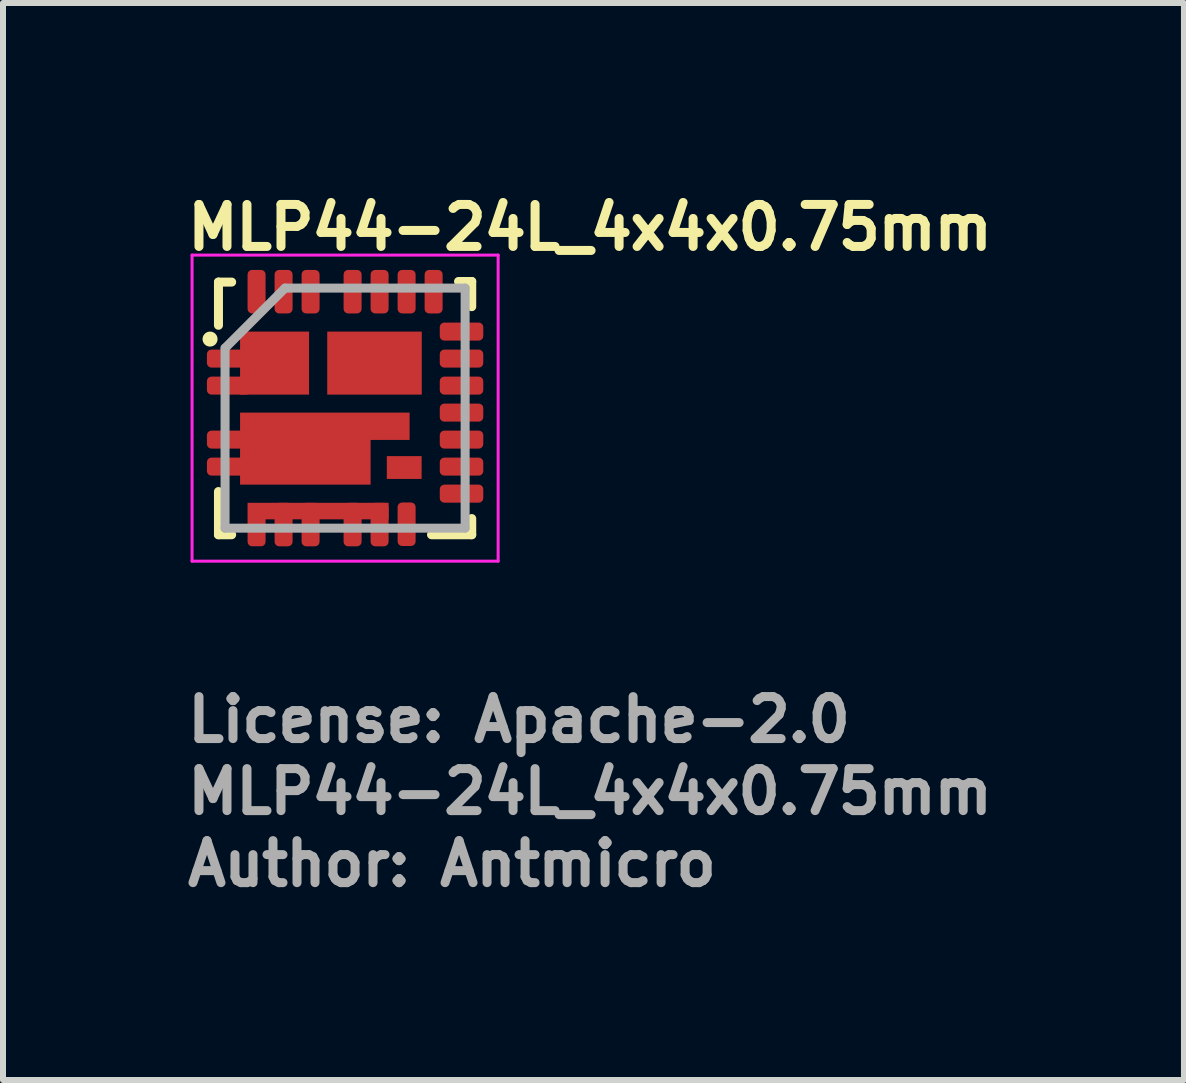
<source format=kicad_pcb>
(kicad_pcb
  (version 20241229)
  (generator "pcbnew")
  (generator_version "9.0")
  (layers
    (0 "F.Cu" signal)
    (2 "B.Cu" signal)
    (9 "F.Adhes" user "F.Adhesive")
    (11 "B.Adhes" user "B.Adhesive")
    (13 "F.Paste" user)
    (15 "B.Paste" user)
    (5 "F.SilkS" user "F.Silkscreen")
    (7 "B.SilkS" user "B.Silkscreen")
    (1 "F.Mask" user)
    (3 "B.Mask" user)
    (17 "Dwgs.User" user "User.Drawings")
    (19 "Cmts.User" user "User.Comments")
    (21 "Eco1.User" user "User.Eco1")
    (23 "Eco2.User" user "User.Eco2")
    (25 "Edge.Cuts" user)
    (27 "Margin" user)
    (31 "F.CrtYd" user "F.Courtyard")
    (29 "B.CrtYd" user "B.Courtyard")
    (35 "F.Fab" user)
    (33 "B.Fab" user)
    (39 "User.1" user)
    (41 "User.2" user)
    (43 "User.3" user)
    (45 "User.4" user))
  (footprint "MLP44-24L_4x4x0.75mm"
    (layer "F.Cu")
    (at 2.7 3.75)
    (property "Reference" "MLP44-24L_4x4x0.75mm" (at -2.7 -2.6 0) (layer "F.SilkS") (effects (font (size 0.7 0.7) (thickness 0.15)) (justify left bottom)))
    (attr smd)
    (fp_line (start -2.11 -1.38) (end -2.11 -2.1) (stroke (width 0.15) (type solid)) (layer "F.SilkS"))
    (fp_line (start -2.11 2.11) (end -2.11 1.39) (stroke (width 0.15) (type solid)) (layer "F.SilkS"))
    (fp_line (start -1.89 -2.1) (end -2.11 -2.1) (stroke (width 0.15) (type solid)) (layer "F.SilkS"))
    (fp_line (start -1.89 2.11) (end -2.11 2.11) (stroke (width 0.15) (type solid)) (layer "F.SilkS"))
    (fp_line (start 1.44 2.11) (end 2.11 2.11) (stroke (width 0.15) (type solid)) (layer "F.SilkS"))
    (fp_line (start 1.89 -2.11) (end 2.11 -2.11) (stroke (width 0.15) (type solid)) (layer "F.SilkS"))
    (fp_line (start 2.11 -2.11) (end 2.11 -1.69) (stroke (width 0.15) (type solid)) (layer "F.SilkS"))
    (fp_line (start 2.11 2.11) (end 2.11 1.84) (stroke (width 0.15) (type solid)) (layer "F.SilkS"))
    (fp_circle (center -2.25 -1.15) (end -2.2 -1.15) (stroke (width 0.15) (type solid)) (fill yes) (layer "F.SilkS"))
    (fp_line (start -2.55 -2.55) (end 2.55 -2.55) (stroke (width 0.05) (type solid)) (layer "F.CrtYd"))
    (fp_line (start -2.55 2.55) (end -2.55 -2.55) (stroke (width 0.05) (type solid)) (layer "F.CrtYd"))
    (fp_line (start 2.55 -2.55) (end 2.55 2.55) (stroke (width 0.05) (type solid)) (layer "F.CrtYd"))
    (fp_line (start 2.55 2.55) (end -2.55 2.55) (stroke (width 0.05) (type solid)) (layer "F.CrtYd"))
    (fp_line (start -2 -1) (end -2 2) (stroke (width 0.15) (type solid)) (layer "F.Fab"))
    (fp_line (start -2 2) (end 2 2) (stroke (width 0.15) (type solid)) (layer "F.Fab"))
    (fp_line (start -1 -2) (end -2 -1) (stroke (width 0.15) (type solid)) (layer "F.Fab"))
    (fp_line (start 2 -2) (end -1 -2) (stroke (width 0.15) (type solid)) (layer "F.Fab"))
    (fp_line (start 2 2) (end 2 -2) (stroke (width 0.15) (type solid)) (layer "F.Fab"))
    (fp_rect (start -2.01 -2.01) (end 2.01 2.01) (stroke (width 0.1) (type solid)) (fill no) (layer "User.5"))
    (fp_line (start -2.01 -0.925) (end -2 -0.927) (stroke (width 0.02) (type solid)) (layer "User.9"))
    (fp_line (start -2.01 -0.725) (end -2.01 -0.925) (stroke (width 0.02) (type solid)) (layer "User.9"))
    (fp_line (start -2.01 -0.475) (end -2 -0.477) (stroke (width 0.02) (type solid)) (layer "User.9"))
    (fp_line (start -2.01 -0.275) (end -2.01 -0.475) (stroke (width 0.02) (type solid)) (layer "User.9"))
    (fp_line (start -2.01 0.425) (end -2 0.423) (stroke (width 0.02) (type solid)) (layer "User.9"))
    (fp_line (start -2.01 0.625) (end -2.01 0.425) (stroke (width 0.02) (type solid)) (layer "User.9"))
    (fp_line (start -2.01 0.875) (end -2 0.873) (stroke (width 0.02) (type solid)) (layer "User.9"))
    (fp_line (start -2.01 1.075) (end -2.01 0.875) (stroke (width 0.02) (type solid)) (layer "User.9"))
    (fp_line (start -2 -2) (end 2 -2) (stroke (width 0.02) (type solid)) (layer "User.9"))
    (fp_line (start -2 -0.723) (end -2.01 -0.725) (stroke (width 0.02) (type solid)) (layer "User.9"))
    (fp_line (start -2 -0.273) (end -2.01 -0.275) (stroke (width 0.02) (type solid)) (layer "User.9"))
    (fp_line (start -2 0.627) (end -2.01 0.625) (stroke (width 0.02) (type solid)) (layer "User.9"))
    (fp_line (start -2 1.077) (end -2.01 1.075) (stroke (width 0.02) (type solid)) (layer "User.9"))
    (fp_line (start -2 2) (end -2 -2) (stroke (width 0.02) (type solid)) (layer "User.9"))
    (fp_line (start -1.799 -1.714) (end -1.799 -1.686) (stroke (width 0.02) (type solid)) (layer "User.9"))
    (fp_line (start -1.799 -1.686) (end -1.792 -1.66) (stroke (width 0.02) (type solid)) (layer "User.9"))
    (fp_line (start -1.792 -1.74) (end -1.799 -1.714) (stroke (width 0.02) (type solid)) (layer "User.9"))
    (fp_line (start -1.792 -1.66) (end -1.778 -1.637) (stroke (width 0.02) (type solid)) (layer "User.9"))
    (fp_line (start -1.778 -1.763) (end -1.792 -1.74) (stroke (width 0.02) (type solid)) (layer "User.9"))
    (fp_line (start -1.778 -1.637) (end -1.758 -1.618) (stroke (width 0.02) (type solid)) (layer "User.9"))
    (fp_line (start -1.758 -1.782) (end -1.778 -1.763) (stroke (width 0.02) (type solid)) (layer "User.9"))
    (fp_line (start -1.758 -1.618) (end -1.733 -1.606) (stroke (width 0.02) (type solid)) (layer "User.9"))
    (fp_line (start -1.733 -1.794) (end -1.758 -1.782) (stroke (width 0.02) (type solid)) (layer "User.9"))
    (fp_line (start -1.733 -1.606) (end -1.707 -1.6) (stroke (width 0.02) (type solid)) (layer "User.9"))
    (fp_line (start -1.707 -1.8) (end -1.733 -1.794) (stroke (width 0.02) (type solid)) (layer "User.9"))
    (fp_line (start -1.707 -1.6) (end -1.68 -1.602) (stroke (width 0.02) (type solid)) (layer "User.9"))
    (fp_line (start -1.68 -1.798) (end -1.707 -1.8) (stroke (width 0.02) (type solid)) (layer "User.9"))
    (fp_line (start -1.68 -1.602) (end -1.654 -1.611) (stroke (width 0.02) (type solid)) (layer "User.9"))
    (fp_line (start -1.654 -1.789) (end -1.68 -1.798) (stroke (width 0.02) (type solid)) (layer "User.9"))
    (fp_line (start -1.654 -1.611) (end -1.632 -1.627) (stroke (width 0.02) (type solid)) (layer "User.9"))
    (fp_line (start -1.632 -1.773) (end -1.654 -1.789) (stroke (width 0.02) (type solid)) (layer "User.9"))
    (fp_line (start -1.632 -1.627) (end -1.615 -1.648) (stroke (width 0.02) (type solid)) (layer "User.9"))
    (fp_line (start -1.615 -1.752) (end -1.632 -1.773) (stroke (width 0.02) (type solid)) (layer "User.9"))
    (fp_line (start -1.615 -1.648) (end -1.604 -1.673) (stroke (width 0.02) (type solid)) (layer "User.9"))
    (fp_line (start -1.604 -1.727) (end -1.615 -1.752) (stroke (width 0.02) (type solid)) (layer "User.9"))
    (fp_line (start -1.604 -1.673) (end -1.6 -1.7) (stroke (width 0.02) (type solid)) (layer "User.9"))
    (fp_line (start -1.6 -1.7) (end -1.604 -1.727) (stroke (width 0.02) (type solid)) (layer "User.9"))
    (fp_line (start -1.577 -2) (end -1.575 -2.01) (stroke (width 0.02) (type solid)) (layer "User.9"))
    (fp_line (start -1.575 -2.01) (end -1.375 -2.01) (stroke (width 0.02) (type solid)) (layer "User.9"))
    (fp_line (start -1.575 2.01) (end -1.577 2) (stroke (width 0.02) (type solid)) (layer "User.9"))
    (fp_line (start -1.375 -2.01) (end -1.373 -2) (stroke (width 0.02) (type solid)) (layer "User.9"))
    (fp_line (start -1.375 2.01) (end -1.575 2.01) (stroke (width 0.02) (type solid)) (layer "User.9"))
    (fp_line (start -1.373 2) (end -1.375 2.01) (stroke (width 0.02) (type solid)) (layer "User.9"))
    (fp_line (start -1.127 -2) (end -1.125 -2.01) (stroke (width 0.02) (type solid)) (layer "User.9"))
    (fp_line (start -1.125 -2.01) (end -0.925 -2.01) (stroke (width 0.02) (type solid)) (layer "User.9"))
    (fp_line (start -1.125 2.01) (end -1.127 2) (stroke (width 0.02) (type solid)) (layer "User.9"))
    (fp_line (start -0.925 -2.01) (end -0.923 -2) (stroke (width 0.02) (type solid)) (layer "User.9"))
    (fp_line (start -0.925 2.01) (end -1.125 2.01) (stroke (width 0.02) (type solid)) (layer "User.9"))
    (fp_line (start -0.923 2) (end -0.925 2.01) (stroke (width 0.02) (type solid)) (layer "User.9"))
    (fp_line (start -0.677 -2) (end -0.675 -2.01) (stroke (width 0.02) (type solid)) (layer "User.9"))
    (fp_line (start -0.675 -2.01) (end -0.475 -2.01) (stroke (width 0.02) (type solid)) (layer "User.9"))
    (fp_line (start -0.675 2.01) (end -0.677 2) (stroke (width 0.02) (type solid)) (layer "User.9"))
    (fp_line (start -0.475 -2.01) (end -0.473 -2) (stroke (width 0.02) (type solid)) (layer "User.9"))
    (fp_line (start -0.475 2.01) (end -0.675 2.01) (stroke (width 0.02) (type solid)) (layer "User.9"))
    (fp_line (start -0.473 2) (end -0.475 2.01) (stroke (width 0.02) (type solid)) (layer "User.9"))
    (fp_line (start 0.023 -2) (end 0.025 -2.01) (stroke (width 0.02) (type solid)) (layer "User.9"))
    (fp_line (start 0.025 -2.01) (end 0.225 -2.01) (stroke (width 0.02) (type solid)) (layer "User.9"))
    (fp_line (start 0.025 2.01) (end 0.023 2) (stroke (width 0.02) (type solid)) (layer "User.9"))
    (fp_line (start 0.225 -2.01) (end 0.227 -2) (stroke (width 0.02) (type solid)) (layer "User.9"))
    (fp_line (start 0.225 2.01) (end 0.025 2.01) (stroke (width 0.02) (type solid)) (layer "User.9"))
    (fp_line (start 0.227 2) (end 0.225 2.01) (stroke (width 0.02) (type solid)) (layer "User.9"))
    (fp_line (start 0.473 -2) (end 0.475 -2.01) (stroke (width 0.02) (type solid)) (layer "User.9"))
    (fp_line (start 0.475 -2.01) (end 0.675 -2.01) (stroke (width 0.02) (type solid)) (layer "User.9"))
    (fp_line (start 0.475 2.01) (end 0.473 2) (stroke (width 0.02) (type solid)) (layer "User.9"))
    (fp_line (start 0.675 -2.01) (end 0.677 -2) (stroke (width 0.02) (type solid)) (layer "User.9"))
    (fp_line (start 0.675 2.01) (end 0.475 2.01) (stroke (width 0.02) (type solid)) (layer "User.9"))
    (fp_line (start 0.677 2) (end 0.675 2.01) (stroke (width 0.02) (type solid)) (layer "User.9"))
    (fp_line (start 0.923 -2) (end 0.925 -2.01) (stroke (width 0.02) (type solid)) (layer "User.9"))
    (fp_line (start 0.925 -2.01) (end 1.125 -2.01) (stroke (width 0.02) (type solid)) (layer "User.9"))
    (fp_line (start 0.925 2.01) (end 0.923 2) (stroke (width 0.02) (type solid)) (layer "User.9"))
    (fp_line (start 1.125 -2.01) (end 1.127 -2) (stroke (width 0.02) (type solid)) (layer "User.9"))
    (fp_line (start 1.125 2.01) (end 0.925 2.01) (stroke (width 0.02) (type solid)) (layer "User.9"))
    (fp_line (start 1.127 2) (end 1.125 2.01) (stroke (width 0.02) (type solid)) (layer "User.9"))
    (fp_line (start 1.373 -2) (end 1.375 -2.01) (stroke (width 0.02) (type solid)) (layer "User.9"))
    (fp_line (start 1.375 -2.01) (end 1.575 -2.01) (stroke (width 0.02) (type solid)) (layer "User.9"))
    (fp_line (start 1.575 -2.01) (end 1.577 -2) (stroke (width 0.02) (type solid)) (layer "User.9"))
    (fp_line (start 2 -2) (end 2 2) (stroke (width 0.02) (type solid)) (layer "User.9"))
    (fp_line (start 2 -1.377) (end 2.01 -1.375) (stroke (width 0.02) (type solid)) (layer "User.9"))
    (fp_line (start 2 -0.927) (end 2.01 -0.925) (stroke (width 0.02) (type solid)) (layer "User.9"))
    (fp_line (start 2 -0.477) (end 2.01 -0.475) (stroke (width 0.02) (type solid)) (layer "User.9"))
    (fp_line (start 2 -0.027) (end 2.01 -0.025) (stroke (width 0.02) (type solid)) (layer "User.9"))
    (fp_line (start 2 0.423) (end 2.01 0.425) (stroke (width 0.02) (type solid)) (layer "User.9"))
    (fp_line (start 2 0.873) (end 2.01 0.875) (stroke (width 0.02) (type solid)) (layer "User.9"))
    (fp_line (start 2 1.323) (end 2.01 1.325) (stroke (width 0.02) (type solid)) (layer "User.9"))
    (fp_line (start 2 2) (end -2 2) (stroke (width 0.02) (type solid)) (layer "User.9"))
    (fp_line (start 2.01 -1.375) (end 2.01 -1.175) (stroke (width 0.02) (type solid)) (layer "User.9"))
    (fp_line (start 2.01 -1.175) (end 2 -1.173) (stroke (width 0.02) (type solid)) (layer "User.9"))
    (fp_line (start 2.01 -0.925) (end 2.01 -0.725) (stroke (width 0.02) (type solid)) (layer "User.9"))
    (fp_line (start 2.01 -0.725) (end 2 -0.723) (stroke (width 0.02) (type solid)) (layer "User.9"))
    (fp_line (start 2.01 -0.475) (end 2.01 -0.275) (stroke (width 0.02) (type solid)) (layer "User.9"))
    (fp_line (start 2.01 -0.275) (end 2 -0.273) (stroke (width 0.02) (type solid)) (layer "User.9"))
    (fp_line (start 2.01 -0.025) (end 2.01 0.175) (stroke (width 0.02) (type solid)) (layer "User.9"))
    (fp_line (start 2.01 0.175) (end 2 0.177) (stroke (width 0.02) (type solid)) (layer "User.9"))
    (fp_line (start 2.01 0.425) (end 2.01 0.625) (stroke (width 0.02) (type solid)) (layer "User.9"))
    (fp_line (start 2.01 0.625) (end 2 0.627) (stroke (width 0.02) (type solid)) (layer "User.9"))
    (fp_line (start 2.01 0.875) (end 2.01 1.075) (stroke (width 0.02) (type solid)) (layer "User.9"))
    (fp_line (start 2.01 1.075) (end 2 1.077) (stroke (width 0.02) (type solid)) (layer "User.9"))
    (fp_line (start 2.01 1.325) (end 2.01 1.525) (stroke (width 0.02) (type solid)) (layer "User.9"))
    (fp_line (start 2.01 1.525) (end 2 1.527) (stroke (width 0.02) (type solid)) (layer "User.9"))
    (fp_text user "${REFERENCE}" (at -2.7 6.8 0) (layer "F.Fab") (effects (font (size 0.7 0.7) (thickness 0.15)) (justify left bottom)))
    (fp_text user "Author: Antmicro" (at -2.7 8 0) (layer "F.Fab") (effects (font (size 0.7 0.7) (thickness 0.15)) (justify left bottom)))
    (fp_text user "License: Apache-2.0" (at -2.7 5.6 0) (layer "F.Fab") (effects (font (size 0.7 0.7) (thickness 0.15)) (justify left bottom)))
    (pad "1" smd roundrect (at -1.94 -0.825 90) (size 0.3 0.725) (layers "F.Cu" "F.Mask" "F.Paste") (roundrect_rratio 0.25))
    (pad "2" smd roundrect (at -1.94 -0.375 90) (size 0.3 0.725) (layers "F.Cu" "F.Mask" "F.Paste") (roundrect_rratio 0.25))
    (pad "3" smd roundrect (at -1.94 0.525 90) (size 0.3 0.725) (layers "F.Cu" "F.Mask" "F.Paste") (roundrect_rratio 0.25))
    (pad "4" smd roundrect (at -1.94 0.975 90) (size 0.3 0.725) (layers "F.Cu" "F.Mask" "F.Paste") (roundrect_rratio 0.25))
    (pad "5" smd custom (at -1.475 1.94) (size 0.3 0.3) (layers "F.Cu" "F.Mask" "F.Paste") (options (anchor circle)) (primitives (gr_poly (pts (xy -0.15 -0.287) (xy -0.144 -0.316) (xy -0.128 -0.341) (xy -0.104 -0.357) (xy -0.075 -0.362) (xy 0.075 -0.362) (xy 0.104 -0.357) (xy 0.128 -0.341) (xy 0.144 -0.316) (xy 0.15 -0.287) (xy 0.15 0.287) (xy 0.144 0.316) (xy 0.128 0.341) (xy 0.104 0.357) (xy 0.075 0.362) (xy -0.075 0.362) (xy -0.104 0.357) (xy -0.128 0.341) (xy -0.144 0.316) (xy -0.15 0.287)) (width 0) (fill yes)) (gr_poly (pts (xy -0.15 -0.362) (xy 2.2 -0.362) (xy 2.2 -0.087) (xy -0.15 -0.087)) (width 0) (fill yes))))
    (pad "6" smd roundrect (at -1.025 1.94) (size 0.3 0.725) (layers "F.Cu" "F.Mask" "F.Paste") (roundrect_rratio 0.25))
    (pad "7" smd roundrect (at -0.575 1.94) (size 0.3 0.725) (layers "F.Cu" "F.Mask" "F.Paste") (roundrect_rratio 0.25))
    (pad "8" smd roundrect (at 0.125 1.94) (size 0.3 0.725) (layers "F.Cu" "F.Mask" "F.Paste") (roundrect_rratio 0.25))
    (pad "9" smd roundrect (at 0.575 1.94) (size 0.3 0.725) (layers "F.Cu" "F.Mask" "F.Paste") (roundrect_rratio 0.25))
    (pad "10" smd roundrect (at 1.025 1.935) (size 0.3 0.725) (layers "F.Cu" "F.Mask" "F.Paste") (roundrect_rratio 0.25))
    (pad "11" smd roundrect (at 1.94 1.425 90) (size 0.3 0.725) (layers "F.Cu" "F.Mask" "F.Paste") (roundrect_rratio 0.25))
    (pad "12" smd roundrect (at 1.94 0.975 90) (size 0.3 0.725) (layers "F.Cu" "F.Mask" "F.Paste") (roundrect_rratio 0.25))
    (pad "13" smd roundrect (at 1.94 0.525 90) (size 0.3 0.725) (layers "F.Cu" "F.Mask" "F.Paste") (roundrect_rratio 0.25))
    (pad "14" smd roundrect (at 1.94 0.075 90) (size 0.3 0.725) (layers "F.Cu" "F.Mask" "F.Paste") (roundrect_rratio 0.25))
    (pad "15" smd roundrect (at 1.94 -0.375 90) (size 0.3 0.725) (layers "F.Cu" "F.Mask" "F.Paste") (roundrect_rratio 0.25))
    (pad "16" smd roundrect (at 1.94 -0.825 90) (size 0.3 0.725) (layers "F.Cu" "F.Mask" "F.Paste") (roundrect_rratio 0.25))
    (pad "17" smd roundrect (at 1.94 -1.275 90) (size 0.3 0.725) (layers "F.Cu" "F.Mask" "F.Paste") (roundrect_rratio 0.25))
    (pad "18" smd roundrect (at 1.475 -1.94) (size 0.3 0.725) (layers "F.Cu" "F.Mask" "F.Paste") (roundrect_rratio 0.25))
    (pad "19" smd roundrect (at 1.025 -1.94) (size 0.3 0.725) (layers "F.Cu" "F.Mask" "F.Paste") (roundrect_rratio 0.25))
    (pad "20" smd roundrect (at 0.575 -1.94) (size 0.3 0.725) (layers "F.Cu" "F.Mask" "F.Paste") (roundrect_rratio 0.25))
    (pad "21" smd roundrect (at 0.125 -1.94) (size 0.3 0.725) (layers "F.Cu" "F.Mask" "F.Paste") (roundrect_rratio 0.25))
    (pad "22" smd roundrect (at -0.575 -1.94) (size 0.3 0.725) (layers "F.Cu" "F.Mask" "F.Paste") (roundrect_rratio 0.25))
    (pad "23" smd roundrect (at -1.025 -1.94) (size 0.3 0.725) (layers "F.Cu" "F.Mask" "F.Paste") (roundrect_rratio 0.25))
    (pad "24" smd roundrect (at -1.475 -1.94) (size 0.3 0.725) (layers "F.Cu" "F.Mask" "F.Paste") (roundrect_rratio 0.25))
    (pad "25" smd rect (at 0.49 -0.75 180) (size 1.575 1.05) (layers "F.Cu" "F.Mask" "F.Paste"))
    (pad "26" smd rect (at -1.175 -0.75 180) (size 1.15 1.05) (layers "F.Cu" "F.Mask" "F.Paste"))
    (pad "27" smd custom (at -0.75 0.775) (size 1 1) (layers "F.Cu" "F.Mask" "F.Paste") (options (anchor rect)) (primitives (gr_poly (pts (xy -1 0.5) (xy -1 -0.7) (xy 1.825 -0.7) (xy 1.825 -0.245) (xy 1.175 -0.245) (xy 1.175 0.5)) (width 0) (fill yes))))
    (pad "28" smd rect (at 0.985 0.99 180) (size 0.58 0.38) (layers "F.Cu" "F.Mask" "F.Paste")))
  (gr_rect
    (start -3 -3)
    (end 16.677 14.945)
    (stroke (width 0.1) (type default))
    (fill no)
    (layer "Edge.Cuts")))
</source>
